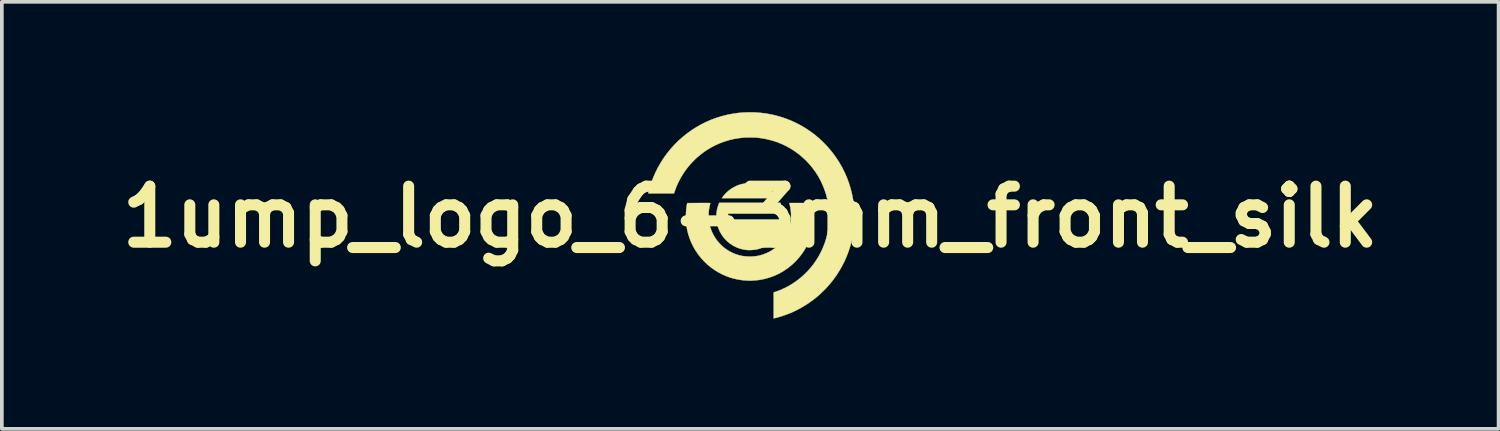
<source format=kicad_pcb>
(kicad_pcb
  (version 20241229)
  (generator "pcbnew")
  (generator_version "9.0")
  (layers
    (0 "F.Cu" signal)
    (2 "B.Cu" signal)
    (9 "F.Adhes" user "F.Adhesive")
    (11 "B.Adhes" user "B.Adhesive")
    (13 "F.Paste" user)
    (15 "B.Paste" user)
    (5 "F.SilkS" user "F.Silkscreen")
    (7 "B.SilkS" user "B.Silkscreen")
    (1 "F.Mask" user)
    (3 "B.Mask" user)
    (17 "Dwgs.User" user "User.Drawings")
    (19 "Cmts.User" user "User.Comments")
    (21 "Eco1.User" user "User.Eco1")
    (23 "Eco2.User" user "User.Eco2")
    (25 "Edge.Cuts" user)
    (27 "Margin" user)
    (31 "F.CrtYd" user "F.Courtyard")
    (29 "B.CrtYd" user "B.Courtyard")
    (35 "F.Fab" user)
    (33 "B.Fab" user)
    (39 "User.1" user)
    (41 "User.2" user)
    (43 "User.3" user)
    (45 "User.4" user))
  (footprint "1ump_logo_6-3mm_front_silk"
    (layer "F.Cu")
    (at 17.352 2.847)
    (property "Reference" "1ump_logo_6-3mm_front_silk" (at 0 0 0) (layer "F.SilkS") (effects (font (size 1.524 1.524) (thickness 0.3))))
    (attr through_hole)
    (fp_poly (pts (xy 0.092 -0.91) (xy 0.175 -0.898) (xy 0.222 -0.887) (xy 0.301 -0.862) (xy 0.379 -0.829) (xy 0.453 -0.789) (xy 0.524 -0.743) (xy 0.59 -0.69) (xy 0.651 -0.632) (xy 0.705 -0.57) (xy 0.737 -0.527) (xy 0.75 -0.508) (xy -0.771 -0.508) (xy -0.758 -0.527) (xy -0.708 -0.593) (xy -0.651 -0.654) (xy -0.588 -0.71) (xy -0.52 -0.76) (xy -0.448 -0.804) (xy -0.373 -0.842) (xy -0.295 -0.872) (xy -0.243 -0.887) (xy -0.161 -0.904) (xy -0.077 -0.914) (xy 0.008 -0.916) (xy 0.092 -0.91)) (stroke (width 0.01) (type solid)) (fill yes) (layer "F.SilkS"))
    (fp_poly (pts (xy 0.837 -0.338) (xy 0.859 -0.277) (xy 0.875 -0.219) (xy 0.887 -0.16) (xy 0.889 -0.148) (xy 0.891 -0.131) (xy 0.894 -0.114) (xy 0.896 -0.103) (xy 0.896 -0.103) (xy 0.898 -0.089) (xy -0.601 -0.089) (xy -0.601 0.072) (xy 0.898 0.072) (xy 0.895 0.092) (xy 0.885 0.159) (xy 0.871 0.221) (xy 0.854 0.278) (xy 0.834 0.334) (xy 0.809 0.39) (xy 0.806 0.397) (xy 0.764 0.471) (xy 0.716 0.542) (xy 0.661 0.607) (xy 0.601 0.667) (xy 0.536 0.722) (xy 0.465 0.77) (xy 0.391 0.811) (xy 0.313 0.845) (xy 0.232 0.872) (xy 0.222 0.874) (xy 0.167 0.886) (xy 0.107 0.896) (xy 0.046 0.901) (xy -0.014 0.904) (xy -0.07 0.902) (xy -0.078 0.902) (xy -0.165 0.891) (xy -0.25 0.872) (xy -0.332 0.845) (xy -0.41 0.812) (xy -0.484 0.771) (xy -0.554 0.724) (xy -0.619 0.671) (xy -0.679 0.611) (xy -0.734 0.546) (xy -0.783 0.476) (xy -0.825 0.401) (xy -0.86 0.321) (xy -0.866 0.307) (xy -0.889 0.235) (xy -0.905 0.162) (xy -0.916 0.087) (xy -0.92 0.007) (xy -0.92 -0.006) (xy -0.918 -0.077) (xy -0.911 -0.142) (xy -0.9 -0.204) (xy -0.884 -0.266) (xy -0.862 -0.33) (xy -0.859 -0.338) (xy -0.842 -0.381) (xy 0.821 -0.381) (xy 0.837 -0.338)) (stroke (width 0.01) (type solid)) (fill yes) (layer "F.SilkS"))
    (fp_poly (pts (xy 1.246 -0.376) (xy 1.293 -0.376) (xy 1.349 -0.376) (xy 1.376 -0.376) (xy 1.691 -0.375) (xy 1.698 -0.339) (xy 1.709 -0.278) (xy 1.718 -0.211) (xy 1.724 -0.141) (xy 1.728 -0.07) (xy 1.729 -0.000418) (xy 1.728 0.065) (xy 1.727 0.078) (xy 1.716 0.202) (xy 1.698 0.323) (xy 1.671 0.441) (xy 1.637 0.556) (xy 1.595 0.668) (xy 1.545 0.776) (xy 1.488 0.88) (xy 1.423 0.981) (xy 1.351 1.077) (xy 1.271 1.169) (xy 1.219 1.224) (xy 1.13 1.307) (xy 1.036 1.383) (xy 0.938 1.452) (xy 0.836 1.514) (xy 0.73 1.569) (xy 0.62 1.616) (xy 0.507 1.655) (xy 0.392 1.687) (xy 0.273 1.711) (xy 0.219 1.719) (xy 0.195 1.722) (xy 0.165 1.724) (xy 0.132 1.727) (xy 0.099 1.73) (xy 0.065 1.732) (xy 0.034 1.734) (xy 0.007 1.735) (xy -0.015 1.735) (xy -0.025 1.735) (xy -0.04 1.734) (xy -0.058 1.733) (xy -0.076 1.733) (xy -0.197 1.724) (xy -0.315 1.707) (xy -0.432 1.682) (xy -0.546 1.65) (xy -0.657 1.61) (xy -0.765 1.562) (xy -0.869 1.507) (xy -0.97 1.445) (xy -1.066 1.377) (xy -1.158 1.301) (xy -1.245 1.219) (xy -1.327 1.131) (xy -1.403 1.037) (xy -1.419 1.015) (xy -1.486 0.916) (xy -1.546 0.812) (xy -1.599 0.705) (xy -1.644 0.594) (xy -1.682 0.48) (xy -1.711 0.364) (xy -1.732 0.252) (xy -1.738 0.206) (xy -1.743 0.164) (xy -1.746 0.124) (xy -1.748 0.082) (xy -1.749 0.037) (xy -1.75 -0.008) (xy -1.747 -0.109) (xy -1.739 -0.207) (xy -1.727 -0.3) (xy -1.715 -0.36) (xy -1.712 -0.375) (xy -1.398 -0.376) (xy -1.339 -0.376) (xy -1.287 -0.376) (xy -1.244 -0.376) (xy -1.206 -0.376) (xy -1.176 -0.376) (xy -1.15 -0.376) (xy -1.13 -0.376) (xy -1.115 -0.375) (xy -1.103 -0.375) (xy -1.095 -0.374) (xy -1.09 -0.373) (xy -1.087 -0.372) (xy -1.086 -0.371) (xy -1.085 -0.37) (xy -1.086 -0.369) (xy -1.099 -0.322) (xy -1.11 -0.269) (xy -1.119 -0.212) (xy -1.127 -0.154) (xy -1.131 -0.097) (xy -1.133 -0.042) (xy -1.132 0.002) (xy -1.124 0.102) (xy -1.108 0.197) (xy -1.085 0.289) (xy -1.054 0.377) (xy -1.016 0.462) (xy -0.97 0.544) (xy -0.917 0.624) (xy -0.902 0.643) (xy -0.881 0.67) (xy -0.855 0.7) (xy -0.825 0.732) (xy -0.794 0.764) (xy -0.763 0.794) (xy -0.735 0.819) (xy -0.715 0.836) (xy -0.642 0.889) (xy -0.563 0.938) (xy -0.482 0.979) (xy -0.398 1.014) (xy -0.312 1.042) (xy -0.248 1.058) (xy -0.154 1.073) (xy -0.058 1.08) (xy 0.039 1.08) (xy 0.135 1.073) (xy 0.226 1.058) (xy 0.3 1.039) (xy 0.374 1.015) (xy 0.449 0.985) (xy 0.521 0.95) (xy 0.587 0.912) (xy 0.6 0.903) (xy 0.671 0.853) (xy 0.74 0.795) (xy 0.804 0.732) (xy 0.864 0.665) (xy 0.917 0.595) (xy 0.942 0.557) (xy 0.989 0.473) (xy 1.029 0.386) (xy 1.061 0.296) (xy 1.085 0.204) (xy 1.102 0.109) (xy 1.11 0.013) (xy 1.111 -0.083) (xy 1.103 -0.18) (xy 1.096 -0.227) (xy 1.092 -0.253) (xy 1.086 -0.281) (xy 1.08 -0.311) (xy 1.073 -0.338) (xy 1.067 -0.36) (xy 1.064 -0.369) (xy 1.064 -0.37) (xy 1.065 -0.372) (xy 1.067 -0.373) (xy 1.071 -0.374) (xy 1.078 -0.374) (xy 1.088 -0.375) (xy 1.102 -0.376) (xy 1.12 -0.376) (xy 1.143 -0.376) (xy 1.171 -0.376) (xy 1.205 -0.376) (xy 1.246 -0.376)) (stroke (width 0.01) (type solid)) (fill yes) (layer "F.SilkS"))
    (fp_poly (pts (xy 0.121 -2.84) (xy 0.272 -2.829) (xy 0.424 -2.811) (xy 0.574 -2.784) (xy 0.679 -2.76) (xy 0.828 -2.719) (xy 0.973 -2.67) (xy 1.115 -2.614) (xy 1.253 -2.55) (xy 1.388 -2.479) (xy 1.518 -2.401) (xy 1.644 -2.316) (xy 1.765 -2.225) (xy 1.881 -2.127) (xy 1.992 -2.022) (xy 2.098 -1.912) (xy 2.197 -1.796) (xy 2.291 -1.674) (xy 2.379 -1.546) (xy 2.426 -1.471) (xy 2.501 -1.34) (xy 2.569 -1.204) (xy 2.63 -1.065) (xy 2.683 -0.922) (xy 2.728 -0.777) (xy 2.765 -0.629) (xy 2.795 -0.48) (xy 2.815 -0.339) (xy 2.82 -0.288) (xy 2.825 -0.241) (xy 2.828 -0.197) (xy 2.831 -0.153) (xy 2.832 -0.108) (xy 2.833 -0.058) (xy 2.833 -0.004) (xy 2.833 0.051) (xy 2.832 0.101) (xy 2.831 0.146) (xy 2.828 0.19) (xy 2.825 0.234) (xy 2.82 0.281) (xy 2.815 0.33) (xy 2.793 0.481) (xy 2.763 0.63) (xy 2.726 0.777) (xy 2.68 0.921) (xy 2.627 1.063) (xy 2.567 1.201) (xy 2.499 1.335) (xy 2.424 1.466) (xy 2.343 1.593) (xy 2.255 1.715) (xy 2.16 1.832) (xy 2.059 1.945) (xy 1.952 2.052) (xy 1.84 2.154) (xy 1.721 2.25) (xy 1.597 2.34) (xy 1.561 2.364) (xy 1.431 2.445) (xy 1.3 2.518) (xy 1.166 2.583) (xy 1.029 2.641) (xy 0.888 2.691) (xy 0.754 2.732) (xy 0.727 2.739) (xy 0.703 2.746) (xy 0.682 2.751) (xy 0.666 2.755) (xy 0.656 2.758) (xy 0.655 2.758) (xy 0.639 2.761) (xy 0.639 2.055) (xy 0.7 2.035) (xy 0.819 1.991) (xy 0.935 1.938) (xy 1.049 1.879) (xy 1.159 1.812) (xy 1.266 1.738) (xy 1.369 1.658) (xy 1.467 1.571) (xy 1.559 1.48) (xy 1.646 1.382) (xy 1.717 1.293) (xy 1.794 1.183) (xy 1.865 1.069) (xy 1.927 0.951) (xy 1.982 0.83) (xy 2.03 0.706) (xy 2.069 0.58) (xy 2.101 0.452) (xy 2.125 0.321) (xy 2.141 0.19) (xy 2.148 0.057) (xy 2.148 -0.077) (xy 2.139 -0.211) (xy 2.122 -0.346) (xy 2.119 -0.367) (xy 2.092 -0.499) (xy 2.058 -0.629) (xy 2.015 -0.756) (xy 1.965 -0.879) (xy 1.908 -0.999) (xy 1.843 -1.115) (xy 1.771 -1.227) (xy 1.691 -1.335) (xy 1.605 -1.438) (xy 1.518 -1.531) (xy 1.419 -1.623) (xy 1.316 -1.709) (xy 1.208 -1.788) (xy 1.095 -1.86) (xy 0.979 -1.924) (xy 0.859 -1.981) (xy 0.736 -2.031) (xy 0.609 -2.072) (xy 0.48 -2.106) (xy 0.348 -2.133) (xy 0.214 -2.151) (xy 0.165 -2.155) (xy 0.134 -2.157) (xy 0.097 -2.159) (xy 0.055 -2.159) (xy 0.011 -2.16) (xy -0.035 -2.16) (xy -0.079 -2.159) (xy -0.12 -2.158) (xy -0.156 -2.157) (xy -0.182 -2.155) (xy -0.316 -2.14) (xy -0.449 -2.117) (xy -0.579 -2.086) (xy -0.708 -2.046) (xy -0.833 -1.999) (xy -0.955 -1.945) (xy -0.959 -1.943) (xy -1.075 -1.881) (xy -1.187 -1.813) (xy -1.295 -1.738) (xy -1.398 -1.656) (xy -1.496 -1.568) (xy -1.588 -1.475) (xy -1.674 -1.377) (xy -1.754 -1.274) (xy -1.828 -1.166) (xy -1.895 -1.054) (xy -1.955 -0.939) (xy -2.008 -0.82) (xy -2.05 -0.706) (xy -2.072 -0.639) (xy -2.772 -0.639) (xy -2.762 -0.681) (xy -2.736 -0.782) (xy -2.703 -0.886) (xy -2.666 -0.992) (xy -2.624 -1.098) (xy -2.579 -1.2) (xy -2.531 -1.299) (xy -2.508 -1.344) (xy -2.429 -1.48) (xy -2.345 -1.611) (xy -2.253 -1.736) (xy -2.156 -1.856) (xy -2.052 -1.97) (xy -1.943 -2.078) (xy -1.827 -2.18) (xy -1.706 -2.276) (xy -1.579 -2.366) (xy -1.447 -2.449) (xy -1.338 -2.51) (xy -1.203 -2.578) (xy -1.064 -2.639) (xy -0.922 -2.691) (xy -0.778 -2.736) (xy -0.632 -2.773) (xy -0.483 -2.802) (xy -0.334 -2.824) (xy -0.183 -2.837) (xy -0.031 -2.842) (xy 0.121 -2.84)) (stroke (width 0.01) (type solid)) (fill yes) (layer "F.SilkS")))
  (gr_rect
    (start -3 -3)
    (end 37.704 8.613)
    (stroke (width 0.1) (type default))
    (fill no)
    (layer "Edge.Cuts")))
</source>
